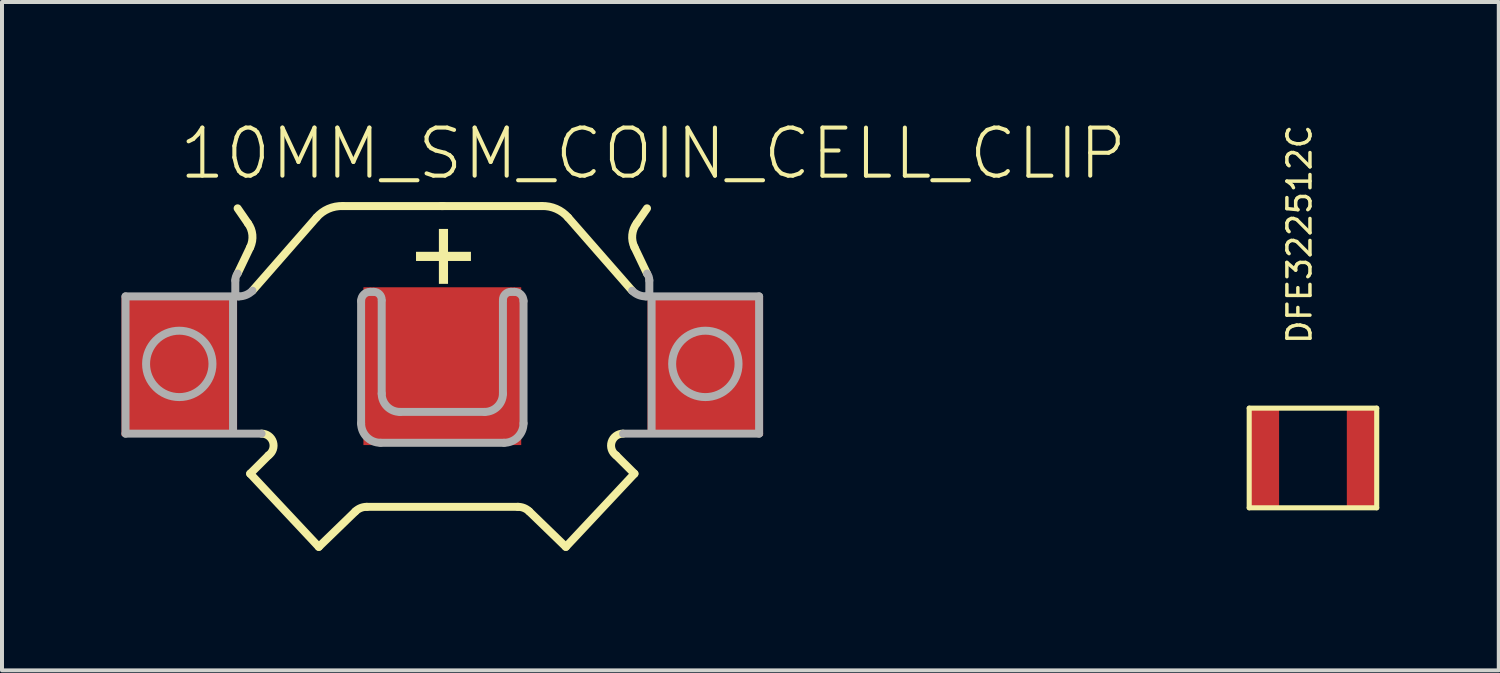
<source format=kicad_pcb>
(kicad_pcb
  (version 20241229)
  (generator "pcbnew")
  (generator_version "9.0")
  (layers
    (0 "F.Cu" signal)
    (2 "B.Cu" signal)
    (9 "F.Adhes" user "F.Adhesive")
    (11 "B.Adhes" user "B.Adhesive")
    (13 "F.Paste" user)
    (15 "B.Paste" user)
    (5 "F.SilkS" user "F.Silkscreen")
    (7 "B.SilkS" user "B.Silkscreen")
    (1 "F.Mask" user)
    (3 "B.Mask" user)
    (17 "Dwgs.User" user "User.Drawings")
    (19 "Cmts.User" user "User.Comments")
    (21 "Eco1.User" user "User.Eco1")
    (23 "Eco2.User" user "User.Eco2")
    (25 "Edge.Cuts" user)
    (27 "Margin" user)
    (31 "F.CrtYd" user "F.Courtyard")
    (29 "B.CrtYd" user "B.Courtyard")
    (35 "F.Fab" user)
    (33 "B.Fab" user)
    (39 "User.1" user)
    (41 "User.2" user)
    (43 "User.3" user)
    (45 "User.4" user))
  (footprint "DFE322512C"
    (layer "F.Cu")
    (at 29.899 8.443)
    (property "Reference" "DFE322512C" (at 0 -2.81 270) (layer "F.SilkS") (effects (font (size 0.579 0.579) (thickness 0.087)) (justify left bottom)))
    (attr through_hole)
    (fp_line (start -1.6 -1.25) (end 1.6 -1.25) (stroke (width 0.127) (type solid)) (layer "F.SilkS"))
    (fp_line (start -1.6 1.25) (end -1.6 -1.25) (stroke (width 0.127) (type solid)) (layer "F.SilkS"))
    (fp_line (start 1.6 -1.25) (end 1.6 1.25) (stroke (width 0.127) (type solid)) (layer "F.SilkS"))
    (fp_line (start 1.6 1.25) (end -1.6 1.25) (stroke (width 0.127) (type solid)) (layer "F.SilkS"))
    (pad "P$1" smd rect (at 1.225 0 90) (size 2.5 0.75) (layers "F.Cu" "F.Mask" "F.Paste"))
    (pad "P$2" smd rect (at -1.225 0 90) (size 2.5 0.75) (layers "F.Cu" "F.Mask" "F.Paste")))
  (footprint "10MM_SM_COIN_CELL_CLIP"
    (layer "F.Cu")
    (at 8.05 6.139)
    (property "Reference" "10MM_SM_COIN_CELL_CLIP" (at -6.664 -4.628 0) (layer "F.SilkS") (effects (font (size 1.206 1.206) (thickness 0.102)) (justify left bottom)))
    (attr through_hole)
    (fp_line (start -5.137 -2.325) (end -4.822 -2.985) (stroke (width 0.2) (type solid)) (layer "F.SilkS"))
    (fp_line (start -4.879 -3.587) (end -5.137 -3.961) (stroke (width 0.2) (type solid)) (layer "F.SilkS"))
    (fp_line (start -4.822 2.698) (end -3.1 4.535) (stroke (width 0.2) (type solid)) (layer "F.SilkS"))
    (fp_line (start -4.764 -1.894) (end -3.157 -3.731) (stroke (width 0.2) (type solid)) (layer "F.SilkS"))
    (fp_line (start -4.362 2.239) (end -4.822 2.698) (stroke (width 0.2) (type solid)) (layer "F.SilkS"))
    (fp_line (start -3.1 4.535) (end -2.181 3.645) (stroke (width 0.2) (type solid)) (layer "F.SilkS"))
    (fp_line (start -2.497 -4.018) (end 0.029 -4.018) (stroke (width 0.2) (type solid)) (layer "F.SilkS"))
    (fp_line (start 1.894 3.53) (end -1.894 3.53) (stroke (width 0.2) (type solid)) (layer "F.SilkS"))
    (fp_line (start 2.497 -4.018) (end -0.029 -4.018) (stroke (width 0.2) (type solid)) (layer "F.SilkS"))
    (fp_line (start 3.1 4.535) (end 2.181 3.645) (stroke (width 0.2) (type solid)) (layer "F.SilkS"))
    (fp_line (start 4.362 2.239) (end 4.822 2.698) (stroke (width 0.2) (type solid)) (layer "F.SilkS"))
    (fp_line (start 4.764 -1.894) (end 3.157 -3.731) (stroke (width 0.2) (type solid)) (layer "F.SilkS"))
    (fp_line (start 4.822 2.698) (end 3.1 4.535) (stroke (width 0.2) (type solid)) (layer "F.SilkS"))
    (fp_line (start 4.879 -3.587) (end 5.137 -3.961) (stroke (width 0.2) (type solid)) (layer "F.SilkS"))
    (fp_line (start 5.137 -2.325) (end 4.822 -2.985) (stroke (width 0.2) (type solid)) (layer "F.SilkS"))
    (fp_arc (start -4.879001 -3.5875) (mid -4.766728 -3.294109) (end -4.8216 -2.9848) (stroke (width 0.2) (type solid)) (layer "F.SilkS"))
    (fp_arc (start -4.5346 1.6933) (mid -4.248679 1.902848) (end -4.3624 2.238599) (stroke (width 0.2) (type solid)) (layer "F.SilkS"))
    (fp_arc (start -3.157 -3.731) (mid -2.859178 -3.948624) (end -2.4969 -4.018) (stroke (width 0.2) (type solid)) (layer "F.SilkS"))
    (fp_arc (start -2.1812 3.6449) (mid -2.049008 3.55923) (end -1.8942 3.530099) (stroke (width 0.2) (type solid)) (layer "F.SilkS"))
    (fp_arc (start 1.8942 3.530099) (mid 2.049008 3.55923) (end 2.1812 3.6449) (stroke (width 0.2) (type solid)) (layer "F.SilkS"))
    (fp_arc (start 2.4969 -4.018) (mid 2.859178 -3.948624) (end 3.157 -3.731) (stroke (width 0.2) (type solid)) (layer "F.SilkS"))
    (fp_arc (start 4.3624 2.238599) (mid 4.248679 1.902848) (end 4.5346 1.6933) (stroke (width 0.2) (type solid)) (layer "F.SilkS"))
    (fp_arc (start 4.8216 -2.9848) (mid 4.766728 -3.294109) (end 4.879001 -3.5875) (stroke (width 0.2) (type solid)) (layer "F.SilkS"))
    (fp_poly (pts (xy -0.66 -2.64) (xy 0.718 -2.64) (xy 0.718 -2.87) (xy -0.66 -2.87)) (stroke (width 0) (type solid)) (fill yes) (layer "F.SilkS"))
    (fp_poly (pts (xy -0.086 -2.066) (xy 0.143 -2.066) (xy 0.143 -3.444) (xy -0.086 -3.444)) (stroke (width 0) (type solid)) (fill yes) (layer "F.SilkS"))
    (fp_line (start -7.95 -1.751) (end -7.95 1.693) (stroke (width 0.2) (type solid)) (layer "F.Fab"))
    (fp_line (start -7.95 -1.751) (end -5.109 -1.751) (stroke (width 0.2) (type solid)) (layer "F.Fab"))
    (fp_line (start -7.95 1.693) (end -4.535 1.693) (stroke (width 0.2) (type solid)) (layer "F.Fab"))
    (fp_line (start -5.252 1.607) (end -5.252 -1.693) (stroke (width 0.2) (type solid)) (layer "F.Fab"))
    (fp_line (start -5.195 -1.808) (end -5.195 -2.152) (stroke (width 0.2) (type solid)) (layer "F.Fab"))
    (fp_line (start -2.038 1.435) (end -2.038 -1.636) (stroke (width 0.2) (type solid)) (layer "F.Fab"))
    (fp_line (start -1.808 -1.865) (end -1.722 -1.865) (stroke (width 0.2) (type solid)) (layer "F.Fab"))
    (fp_line (start -1.55 1.923) (end 1.55 1.923) (stroke (width 0.2) (type solid)) (layer "F.Fab"))
    (fp_line (start -1.521 -1.636) (end -1.521 0.689) (stroke (width 0.2) (type solid)) (layer "F.Fab"))
    (fp_line (start 1.062 1.148) (end -1.062 1.148) (stroke (width 0.2) (type solid)) (layer "F.Fab"))
    (fp_line (start 1.521 -1.636) (end 1.521 0.689) (stroke (width 0.2) (type solid)) (layer "F.Fab"))
    (fp_line (start 1.808 -1.865) (end 1.722 -1.865) (stroke (width 0.2) (type solid)) (layer "F.Fab"))
    (fp_line (start 2.038 1.435) (end 2.038 -1.636) (stroke (width 0.2) (type solid)) (layer "F.Fab"))
    (fp_line (start 5.195 -1.808) (end 5.195 -2.152) (stroke (width 0.2) (type solid)) (layer "F.Fab"))
    (fp_line (start 5.252 1.607) (end 5.252 -1.693) (stroke (width 0.2) (type solid)) (layer "F.Fab"))
    (fp_line (start 7.95 -1.751) (end 5.109 -1.751) (stroke (width 0.2) (type solid)) (layer "F.Fab"))
    (fp_line (start 7.95 -1.751) (end 7.95 1.693) (stroke (width 0.2) (type solid)) (layer "F.Fab"))
    (fp_line (start 7.95 1.693) (end 4.535 1.693) (stroke (width 0.2) (type solid)) (layer "F.Fab"))
    (fp_arc (start -5.1947 -2.1525) (mid -5.179972 -2.243257) (end -5.1373 -2.3247) (stroke (width 0.2) (type solid)) (layer "F.Fab"))
    (fp_arc (start -4.7642 -1.8942) (mid -4.92205 -1.78801) (end -5.1086 -1.7507) (stroke (width 0.2) (type solid)) (layer "F.Fab"))
    (fp_arc (start -2.0377 -1.6359) (mid -1.970452 -1.798252) (end -1.8081 -1.8655) (stroke (width 0.2) (type solid)) (layer "F.Fab"))
    (fp_arc (start -1.722 -1.8655) (mid -1.579942 -1.806658) (end -1.5211 -1.6646) (stroke (width 0.2) (type solid)) (layer "F.Fab"))
    (fp_arc (start -1.5498 1.9229) (mid -1.894797 1.779997) (end -2.0377 1.435) (stroke (width 0.2) (type solid)) (layer "F.Fab"))
    (fp_arc (start -1.0619 1.148) (mid -1.386603 1.013503) (end -1.5211 0.6888) (stroke (width 0.2) (type solid)) (layer "F.Fab"))
    (fp_arc (start 1.5211 -1.6646) (mid 1.579942 -1.806658) (end 1.722 -1.8655) (stroke (width 0.2) (type solid)) (layer "F.Fab"))
    (fp_arc (start 1.5211 0.6888) (mid 1.386603 1.013503) (end 1.0619 1.148) (stroke (width 0.2) (type solid)) (layer "F.Fab"))
    (fp_arc (start 1.8081 -1.8655) (mid 1.970452 -1.798252) (end 2.0377 -1.6359) (stroke (width 0.2) (type solid)) (layer "F.Fab"))
    (fp_arc (start 2.0377 1.435) (mid 1.894797 1.779997) (end 1.5498 1.9229) (stroke (width 0.2) (type solid)) (layer "F.Fab"))
    (fp_arc (start 5.1086 -1.7507) (mid 4.92205 -1.78801) (end 4.7642 -1.8942) (stroke (width 0.2) (type solid)) (layer "F.Fab"))
    (fp_arc (start 5.1373 -2.3247) (mid 5.179972 -2.243257) (end 5.1947 -2.1525) (stroke (width 0.2) (type solid)) (layer "F.Fab"))
    (fp_circle (center -6.601 -0.057) (end -5.768 -0.057) (stroke (width 0.2) (type solid)) (fill no) (layer "F.Fab"))
    (fp_circle (center 6.601 -0.057) (end 7.434 -0.057) (stroke (width 0.2) (type solid)) (fill no) (layer "F.Fab"))
    (pad "+@1" smd rect (at -6.6 0) (size 2.9 3.5) (layers "F.Cu" "F.Mask" "F.Paste"))
    (pad "+@2" smd rect (at 6.6 0) (size 2.9 3.5) (layers "F.Cu" "F.Mask" "F.Paste"))
    (pad "-" smd rect (at 0 0) (size 3.96 3.96) (layers "F.Cu" "F.Mask" "F.Paste")))
  (gr_rect
    (start -3 -3)
    (end 34.562 13.773)
    (stroke (width 0.1) (type default))
    (fill no)
    (layer "Edge.Cuts")))
</source>
